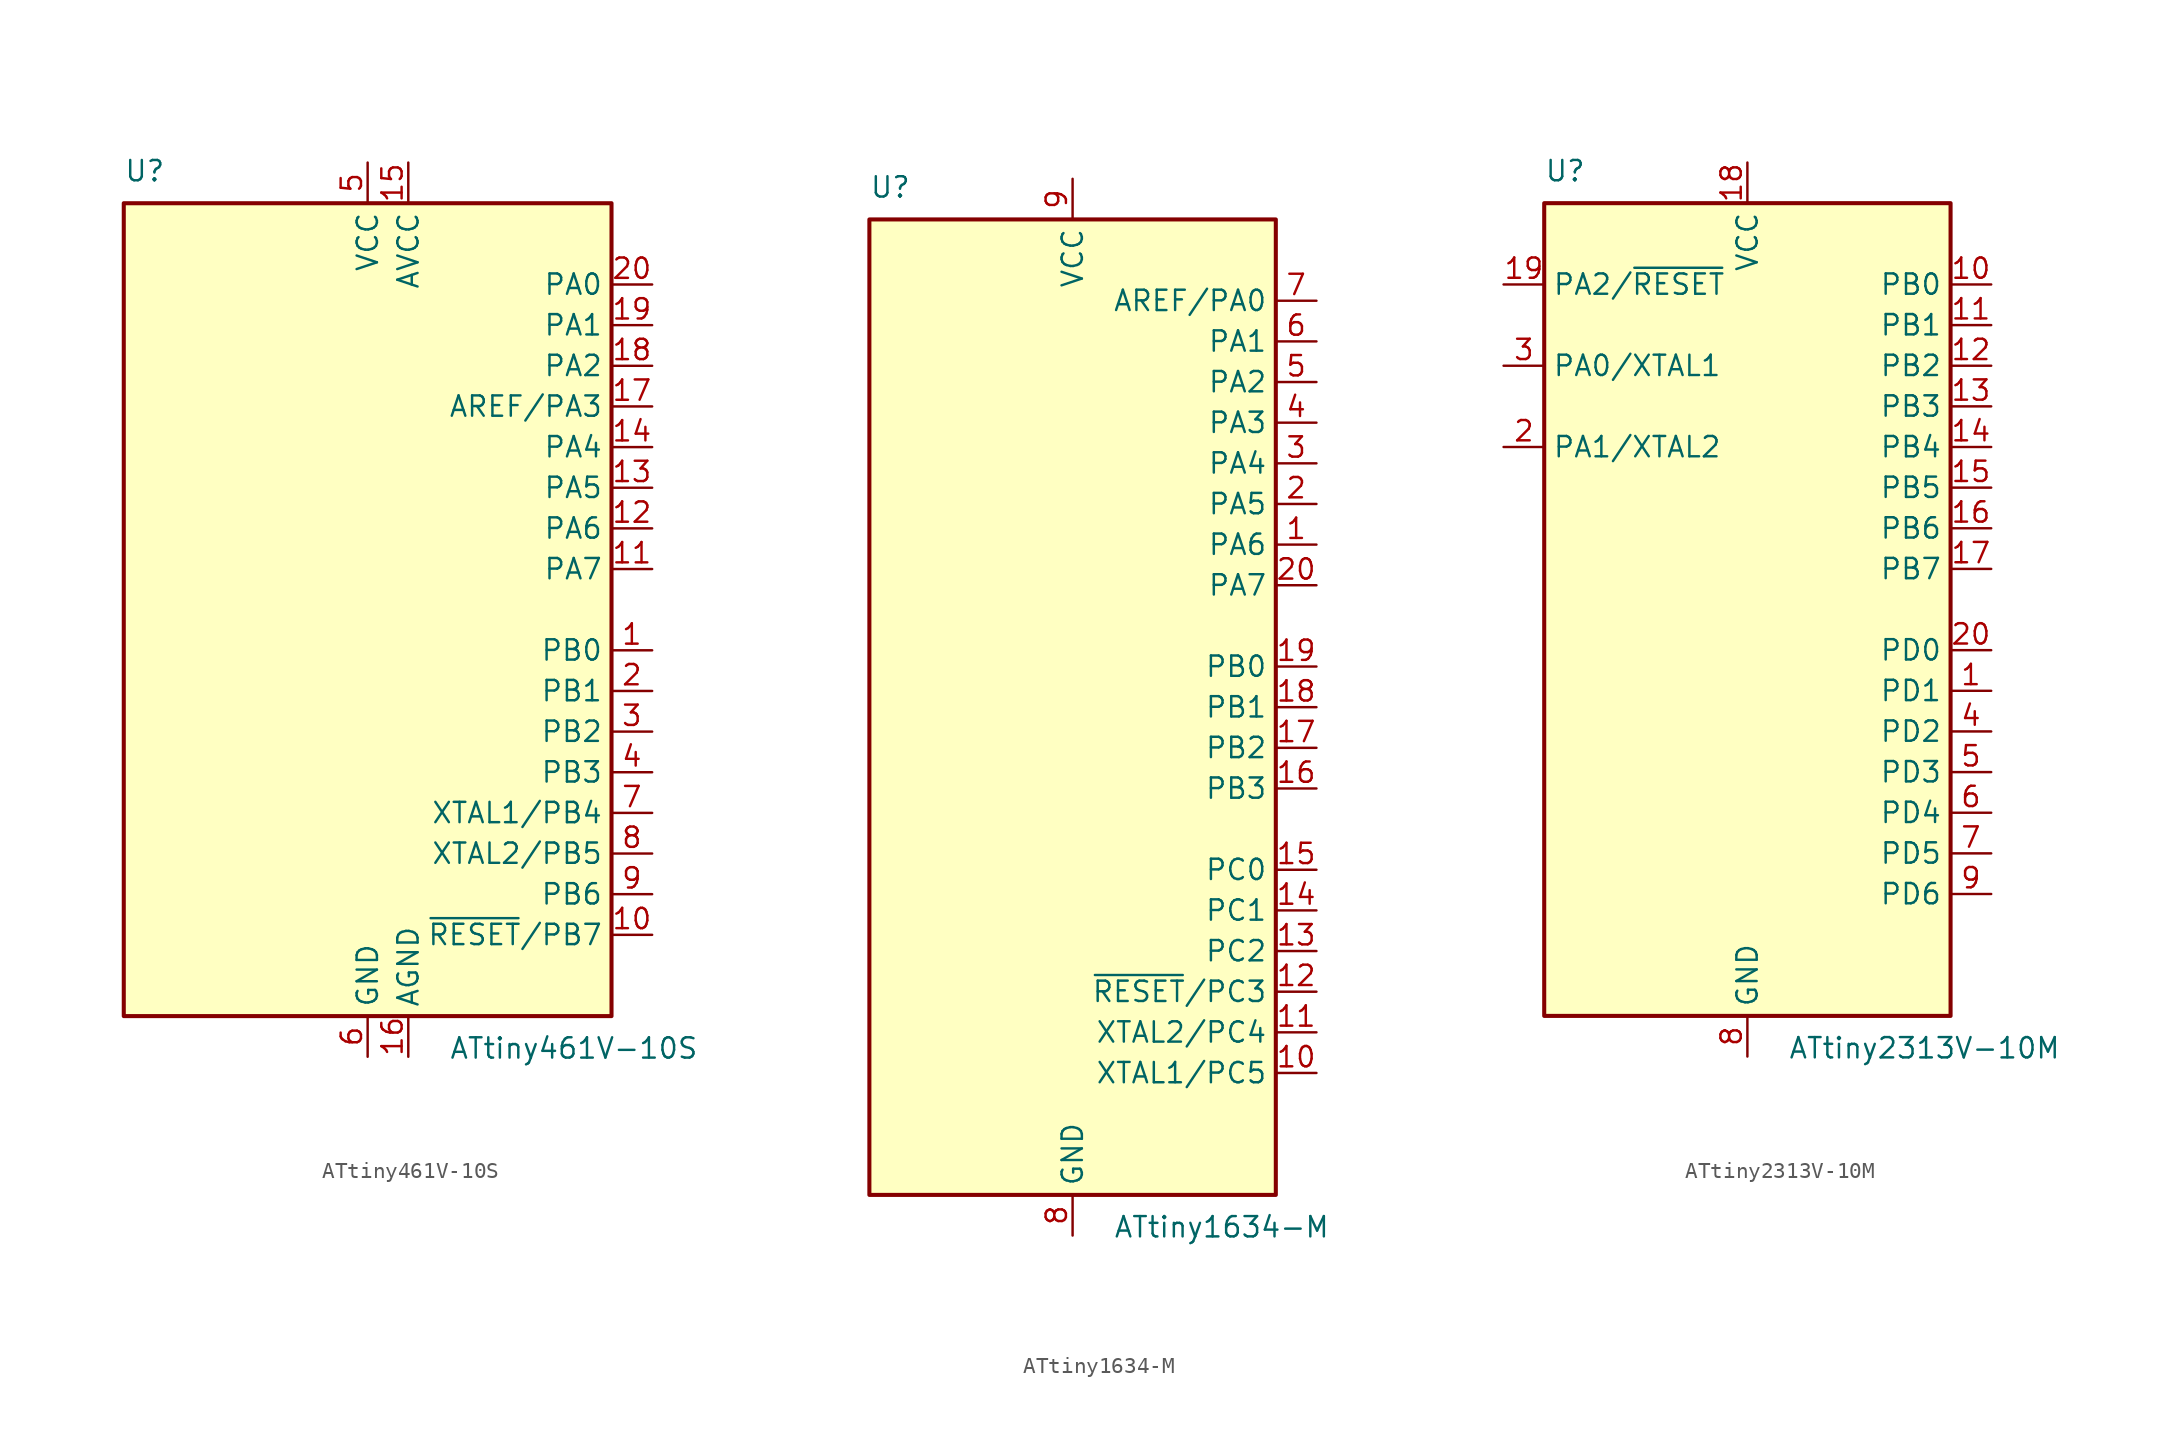
<source format=kicad_sym>
(kicad_symbol_lib
  (version 20220914)
  (generator kicad_symbol_editor)
  (symbol "ATtiny461V-10S"
    (property "Reference" "U"
      (at -15.24 26.67 0)
      (effects (font (size 1.27 1.27)) (justify left bottom)))
    (property "Value" "ATtiny461V-10S"
      (at 5.08 -26.67 0)
      (effects (font (size 1.27 1.27)) (justify left top)))
    (symbol "ATtiny461V-10S_0_1"
      (rectangle (start -15.24 -25.4) (end 15.24 25.4) (stroke (width 0.254) (type default)) (fill (type background))))
    (symbol "ATtiny461V-10S_1_1"
      (pin bidirectional line (at 17.78 -2.54 180) (length 2.54) (name "PB0" (effects (font (size 1.27 1.27)))) (number "1" (effects (font (size 1.27 1.27)))))
      (pin bidirectional line (at 17.78 -20.32 180) (length 2.54) (name "~{RESET}/PB7" (effects (font (size 1.27 1.27)))) (number "10" (effects (font (size 1.27 1.27)))))
      (pin bidirectional line (at 17.78 2.54 180) (length 2.54) (name "PA7" (effects (font (size 1.27 1.27)))) (number "11" (effects (font (size 1.27 1.27)))))
      (pin bidirectional line (at 17.78 5.08 180) (length 2.54) (name "PA6" (effects (font (size 1.27 1.27)))) (number "12" (effects (font (size 1.27 1.27)))))
      (pin bidirectional line (at 17.78 7.62 180) (length 2.54) (name "PA5" (effects (font (size 1.27 1.27)))) (number "13" (effects (font (size 1.27 1.27)))))
      (pin bidirectional line (at 17.78 10.16 180) (length 2.54) (name "PA4" (effects (font (size 1.27 1.27)))) (number "14" (effects (font (size 1.27 1.27)))))
      (pin power_in line (at 2.54 27.94 270) (length 2.54) (name "AVCC" (effects (font (size 1.27 1.27)))) (number "15" (effects (font (size 1.27 1.27)))))
      (pin power_in line (at 2.54 -27.94 90) (length 2.54) (name "AGND" (effects (font (size 1.27 1.27)))) (number "16" (effects (font (size 1.27 1.27)))))
      (pin bidirectional line (at 17.78 12.7 180) (length 2.54) (name "AREF/PA3" (effects (font (size 1.27 1.27)))) (number "17" (effects (font (size 1.27 1.27)))))
      (pin bidirectional line (at 17.78 15.24 180) (length 2.54) (name "PA2" (effects (font (size 1.27 1.27)))) (number "18" (effects (font (size 1.27 1.27)))))
      (pin bidirectional line (at 17.78 17.78 180) (length 2.54) (name "PA1" (effects (font (size 1.27 1.27)))) (number "19" (effects (font (size 1.27 1.27)))))
      (pin bidirectional line (at 17.78 -5.08 180) (length 2.54) (name "PB1" (effects (font (size 1.27 1.27)))) (number "2" (effects (font (size 1.27 1.27)))))
      (pin bidirectional line (at 17.78 20.32 180) (length 2.54) (name "PA0" (effects (font (size 1.27 1.27)))) (number "20" (effects (font (size 1.27 1.27)))))
      (pin bidirectional line (at 17.78 -7.62 180) (length 2.54) (name "PB2" (effects (font (size 1.27 1.27)))) (number "3" (effects (font (size 1.27 1.27)))))
      (pin bidirectional line (at 17.78 -10.16 180) (length 2.54) (name "PB3" (effects (font (size 1.27 1.27)))) (number "4" (effects (font (size 1.27 1.27)))))
      (pin power_in line (at 0 27.94 270) (length 2.54) (name "VCC" (effects (font (size 1.27 1.27)))) (number "5" (effects (font (size 1.27 1.27)))))
      (pin power_in line (at 0 -27.94 90) (length 2.54) (name "GND" (effects (font (size 1.27 1.27)))) (number "6" (effects (font (size 1.27 1.27)))))
      (pin bidirectional line (at 17.78 -12.7 180) (length 2.54) (name "XTAL1/PB4" (effects (font (size 1.27 1.27)))) (number "7" (effects (font (size 1.27 1.27)))))
      (pin bidirectional line (at 17.78 -15.24 180) (length 2.54) (name "XTAL2/PB5" (effects (font (size 1.27 1.27)))) (number "8" (effects (font (size 1.27 1.27)))))
      (pin bidirectional line (at 17.78 -17.78 180) (length 2.54) (name "PB6" (effects (font (size 1.27 1.27)))) (number "9" (effects (font (size 1.27 1.27)))))))
  (symbol "ATtiny1634-M"
    (property "Reference" "U"
      (at -12.7 31.75 0)
      (effects (font (size 1.27 1.27)) (justify left bottom)))
    (property "Value" "ATtiny1634-M"
      (at 2.54 -31.75 0)
      (effects (font (size 1.27 1.27)) (justify left top)))
    (symbol "ATtiny1634-M_0_1"
      (rectangle (start -12.7 -30.48) (end 12.7 30.48) (stroke (width 0.254) (type default)) (fill (type background))))
    (symbol "ATtiny1634-M_1_1"
      (pin bidirectional line (at 15.24 10.16 180) (length 2.54) (name "PA6" (effects (font (size 1.27 1.27)))) (number "1" (effects (font (size 1.27 1.27)))))
      (pin bidirectional line (at 15.24 -22.86 180) (length 2.54) (name "XTAL1/PC5" (effects (font (size 1.27 1.27)))) (number "10" (effects (font (size 1.27 1.27)))))
      (pin bidirectional line (at 15.24 -20.32 180) (length 2.54) (name "XTAL2/PC4" (effects (font (size 1.27 1.27)))) (number "11" (effects (font (size 1.27 1.27)))))
      (pin bidirectional line (at 15.24 -17.78 180) (length 2.54) (name "~{RESET}/PC3" (effects (font (size 1.27 1.27)))) (number "12" (effects (font (size 1.27 1.27)))))
      (pin bidirectional line (at 15.24 -15.24 180) (length 2.54) (name "PC2" (effects (font (size 1.27 1.27)))) (number "13" (effects (font (size 1.27 1.27)))))
      (pin bidirectional line (at 15.24 -12.7 180) (length 2.54) (name "PC1" (effects (font (size 1.27 1.27)))) (number "14" (effects (font (size 1.27 1.27)))))
      (pin bidirectional line (at 15.24 -10.16 180) (length 2.54) (name "PC0" (effects (font (size 1.27 1.27)))) (number "15" (effects (font (size 1.27 1.27)))))
      (pin bidirectional line (at 15.24 -5.08 180) (length 2.54) (name "PB3" (effects (font (size 1.27 1.27)))) (number "16" (effects (font (size 1.27 1.27)))))
      (pin bidirectional line (at 15.24 -2.54 180) (length 2.54) (name "PB2" (effects (font (size 1.27 1.27)))) (number "17" (effects (font (size 1.27 1.27)))))
      (pin bidirectional line (at 15.24 0 180) (length 2.54) (name "PB1" (effects (font (size 1.27 1.27)))) (number "18" (effects (font (size 1.27 1.27)))))
      (pin bidirectional line (at 15.24 2.54 180) (length 2.54) (name "PB0" (effects (font (size 1.27 1.27)))) (number "19" (effects (font (size 1.27 1.27)))))
      (pin bidirectional line (at 15.24 12.7 180) (length 2.54) (name "PA5" (effects (font (size 1.27 1.27)))) (number "2" (effects (font (size 1.27 1.27)))))
      (pin bidirectional line (at 15.24 7.62 180) (length 2.54) (name "PA7" (effects (font (size 1.27 1.27)))) (number "20" (effects (font (size 1.27 1.27)))))
      (pin passive line (at 0 -33.02 90) (length 2.54) hide (name "GND" (effects (font (size 1.27 1.27)))) (number "21" (effects (font (size 1.27 1.27)))))
      (pin bidirectional line (at 15.24 15.24 180) (length 2.54) (name "PA4" (effects (font (size 1.27 1.27)))) (number "3" (effects (font (size 1.27 1.27)))))
      (pin bidirectional line (at 15.24 17.78 180) (length 2.54) (name "PA3" (effects (font (size 1.27 1.27)))) (number "4" (effects (font (size 1.27 1.27)))))
      (pin bidirectional line (at 15.24 20.32 180) (length 2.54) (name "PA2" (effects (font (size 1.27 1.27)))) (number "5" (effects (font (size 1.27 1.27)))))
      (pin bidirectional line (at 15.24 22.86 180) (length 2.54) (name "PA1" (effects (font (size 1.27 1.27)))) (number "6" (effects (font (size 1.27 1.27)))))
      (pin bidirectional line (at 15.24 25.4 180) (length 2.54) (name "AREF/PA0" (effects (font (size 1.27 1.27)))) (number "7" (effects (font (size 1.27 1.27)))))
      (pin power_in line (at 0 -33.02 90) (length 2.54) (name "GND" (effects (font (size 1.27 1.27)))) (number "8" (effects (font (size 1.27 1.27)))))
      (pin power_in line (at 0 33.02 270) (length 2.54) (name "VCC" (effects (font (size 1.27 1.27)))) (number "9" (effects (font (size 1.27 1.27)))))))
  (symbol "ATtiny2313V-10M"
    (property "Reference" "U"
      (at -12.7 26.67 0)
      (effects (font (size 1.27 1.27)) (justify left bottom)))
    (property "Value" "ATtiny2313V-10M"
      (at 2.54 -26.67 0)
      (effects (font (size 1.27 1.27)) (justify left top)))
    (symbol "ATtiny2313V-10M_0_1"
      (rectangle (start -12.7 -25.4) (end 12.7 25.4) (stroke (width 0.254) (type default)) (fill (type background))))
    (symbol "ATtiny2313V-10M_1_1"
      (pin bidirectional line (at 15.24 -5.08 180) (length 2.54) (name "PD1" (effects (font (size 1.27 1.27)))) (number "1" (effects (font (size 1.27 1.27)))))
      (pin bidirectional line (at 15.24 20.32 180) (length 2.54) (name "PB0" (effects (font (size 1.27 1.27)))) (number "10" (effects (font (size 1.27 1.27)))))
      (pin bidirectional line (at 15.24 17.78 180) (length 2.54) (name "PB1" (effects (font (size 1.27 1.27)))) (number "11" (effects (font (size 1.27 1.27)))))
      (pin bidirectional line (at 15.24 15.24 180) (length 2.54) (name "PB2" (effects (font (size 1.27 1.27)))) (number "12" (effects (font (size 1.27 1.27)))))
      (pin bidirectional line (at 15.24 12.7 180) (length 2.54) (name "PB3" (effects (font (size 1.27 1.27)))) (number "13" (effects (font (size 1.27 1.27)))))
      (pin bidirectional line (at 15.24 10.16 180) (length 2.54) (name "PB4" (effects (font (size 1.27 1.27)))) (number "14" (effects (font (size 1.27 1.27)))))
      (pin bidirectional line (at 15.24 7.62 180) (length 2.54) (name "PB5" (effects (font (size 1.27 1.27)))) (number "15" (effects (font (size 1.27 1.27)))))
      (pin bidirectional line (at 15.24 5.08 180) (length 2.54) (name "PB6" (effects (font (size 1.27 1.27)))) (number "16" (effects (font (size 1.27 1.27)))))
      (pin bidirectional line (at 15.24 2.54 180) (length 2.54) (name "PB7" (effects (font (size 1.27 1.27)))) (number "17" (effects (font (size 1.27 1.27)))))
      (pin power_in line (at 0 27.94 270) (length 2.54) (name "VCC" (effects (font (size 1.27 1.27)))) (number "18" (effects (font (size 1.27 1.27)))))
      (pin bidirectional line (at -15.24 20.32 0) (length 2.54) (name "PA2/~{RESET}" (effects (font (size 1.27 1.27)))) (number "19" (effects (font (size 1.27 1.27)))))
      (pin bidirectional line (at -15.24 10.16 0) (length 2.54) (name "PA1/XTAL2" (effects (font (size 1.27 1.27)))) (number "2" (effects (font (size 1.27 1.27)))))
      (pin bidirectional line (at 15.24 -2.54 180) (length 2.54) (name "PD0" (effects (font (size 1.27 1.27)))) (number "20" (effects (font (size 1.27 1.27)))))
      (pin passive line (at 0 -27.94 90) (length 2.54) hide (name "GND" (effects (font (size 1.27 1.27)))) (number "21" (effects (font (size 1.27 1.27)))))
      (pin bidirectional line (at -15.24 15.24 0) (length 2.54) (name "PA0/XTAL1" (effects (font (size 1.27 1.27)))) (number "3" (effects (font (size 1.27 1.27)))))
      (pin bidirectional line (at 15.24 -7.62 180) (length 2.54) (name "PD2" (effects (font (size 1.27 1.27)))) (number "4" (effects (font (size 1.27 1.27)))))
      (pin bidirectional line (at 15.24 -10.16 180) (length 2.54) (name "PD3" (effects (font (size 1.27 1.27)))) (number "5" (effects (font (size 1.27 1.27)))))
      (pin bidirectional line (at 15.24 -12.7 180) (length 2.54) (name "PD4" (effects (font (size 1.27 1.27)))) (number "6" (effects (font (size 1.27 1.27)))))
      (pin bidirectional line (at 15.24 -15.24 180) (length 2.54) (name "PD5" (effects (font (size 1.27 1.27)))) (number "7" (effects (font (size 1.27 1.27)))))
      (pin power_in line (at 0 -27.94 90) (length 2.54) (name "GND" (effects (font (size 1.27 1.27)))) (number "8" (effects (font (size 1.27 1.27)))))
      (pin bidirectional line (at 15.24 -17.78 180) (length 2.54) (name "PD6" (effects (font (size 1.27 1.27)))) (number "9" (effects (font (size 1.27 1.27))))))))
</source>
